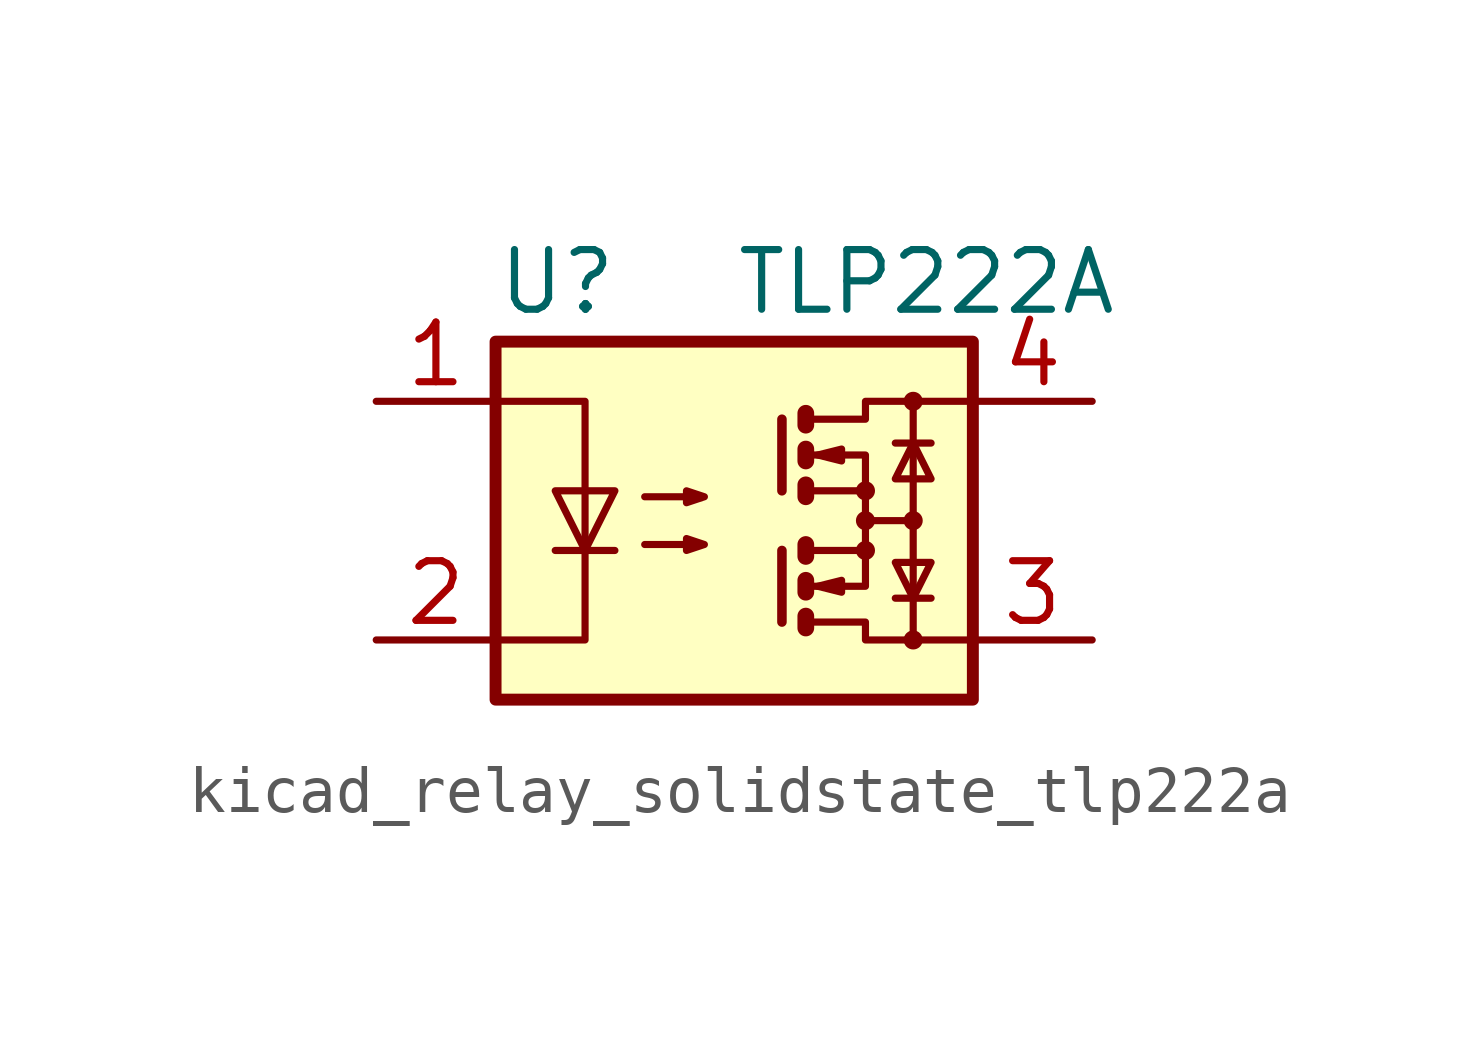
<source format=kicad_sym>
(kicad_symbol_lib
  (version 20220914)
  (generator kicad_symbol_editor)
  (symbol "kicad_relay_solidstate_tlp222a"
    (property "Reference" "U"
      (at -5.08 5.08 0)
      (effects (font (size 1.27 1.27)) (justify left)))
    (property "Value" "TLP222A"
      (at 0 5.08 0)
      (effects (font (size 1.27 1.27)) (justify left)))
    (symbol "kicad_relay_solidstate_tlp222a_0_1"
      (rectangle (start -5.08 3.81) (end 5.08 -3.81) (stroke (width 0.254) (type default)) (fill (type background)))
      (polyline (pts (xy -3.81 -0.635) (xy -2.54 -0.635)) (stroke (width 0) (type default)) (fill (type none)))
      (polyline (pts (xy 1.016 -0.635) (xy 1.016 -2.159)) (stroke (width 0.203) (type default)) (fill (type none)))
      (polyline (pts (xy 1.016 2.159) (xy 1.016 0.635)) (stroke (width 0.203) (type default)) (fill (type none)))
      (polyline (pts (xy 1.524 -0.508) (xy 1.524 -0.762)) (stroke (width 0.356) (type default)) (fill (type none)))
      (polyline (pts (xy 2.794 0) (xy 3.81 0)) (stroke (width 0) (type default)) (fill (type none)))
      (polyline (pts (xy 3.429 -1.651) (xy 4.191 -1.651)) (stroke (width 0) (type default)) (fill (type none)))
      (polyline (pts (xy 3.429 1.651) (xy 4.191 1.651)) (stroke (width 0) (type default)) (fill (type none)))
      (polyline (pts (xy 3.81 -2.54) (xy 3.81 2.54)) (stroke (width 0) (type default)) (fill (type none)))
      (polyline (pts (xy 1.524 -2.032) (xy 1.524 -2.286) (xy 1.524 -2.286)) (stroke (width 0.356) (type default)) (fill (type none)))
      (polyline (pts (xy 1.524 -1.27) (xy 1.524 -1.524) (xy 1.524 -1.524)) (stroke (width 0.356) (type default)) (fill (type none)))
      (polyline (pts (xy 1.524 0.762) (xy 1.524 0.508) (xy 1.524 0.508)) (stroke (width 0.356) (type default)) (fill (type none)))
      (polyline (pts (xy 1.524 1.524) (xy 1.524 1.27) (xy 1.524 1.27)) (stroke (width 0.356) (type default)) (fill (type none)))
      (polyline (pts (xy 1.524 2.286) (xy 1.524 2.032) (xy 1.524 2.032)) (stroke (width 0.356) (type default)) (fill (type none)))
      (polyline (pts (xy 1.651 -1.397) (xy 2.794 -1.397) (xy 2.794 -0.635)) (stroke (width 0) (type default)) (fill (type none)))
      (polyline (pts (xy 1.651 1.397) (xy 2.794 1.397) (xy 2.794 0.635)) (stroke (width 0) (type default)) (fill (type none)))
      (polyline (pts (xy -5.08 2.54) (xy -3.175 2.54) (xy -3.175 -2.54) (xy -5.08 -2.54)) (stroke (width 0) (type default)) (fill (type none)))
      (polyline (pts (xy -3.175 -0.635) (xy -3.81 0.635) (xy -2.54 0.635) (xy -3.175 -0.635)) (stroke (width 0) (type default)) (fill (type none)))
      (polyline (pts (xy 1.651 -2.159) (xy 2.794 -2.159) (xy 2.794 -2.54) (xy 5.08 -2.54)) (stroke (width 0) (type default)) (fill (type none)))
      (polyline (pts (xy 1.651 -0.635) (xy 2.794 -0.635) (xy 2.794 0.635) (xy 1.651 0.635)) (stroke (width 0) (type default)) (fill (type none)))
      (polyline (pts (xy 1.651 2.159) (xy 2.794 2.159) (xy 2.794 2.54) (xy 5.08 2.54)) (stroke (width 0) (type default)) (fill (type none)))
      (polyline (pts (xy 1.778 -1.397) (xy 2.286 -1.27) (xy 2.286 -1.524) (xy 1.778 -1.397)) (stroke (width 0) (type default)) (fill (type none)))
      (polyline (pts (xy 1.778 1.397) (xy 2.286 1.524) (xy 2.286 1.27) (xy 1.778 1.397)) (stroke (width 0) (type default)) (fill (type none)))
      (polyline (pts (xy 3.81 -1.651) (xy 3.429 -0.889) (xy 4.191 -0.889) (xy 3.81 -1.651)) (stroke (width 0) (type default)) (fill (type none)))
      (polyline (pts (xy 3.81 1.651) (xy 3.429 0.889) (xy 4.191 0.889) (xy 3.81 1.651)) (stroke (width 0) (type default)) (fill (type none)))
      (polyline (pts (xy -1.905 -0.508) (xy -0.635 -0.508) (xy -1.016 -0.635) (xy -1.016 -0.381) (xy -0.635 -0.508)) (stroke (width 0) (type default)) (fill (type none)))
      (polyline (pts (xy -1.905 0.508) (xy -0.635 0.508) (xy -1.016 0.381) (xy -1.016 0.635) (xy -0.635 0.508)) (stroke (width 0) (type default)) (fill (type none)))
      (circle (center 2.794 -0.635) (radius 0.127) (stroke (width 0) (type default)) (fill (type none)))
      (circle (center 2.794 0) (radius 0.127) (stroke (width 0) (type default)) (fill (type none)))
      (circle (center 2.794 0.635) (radius 0.127) (stroke (width 0) (type default)) (fill (type none)))
      (circle (center 3.81 -2.54) (radius 0.127) (stroke (width 0) (type default)) (fill (type none)))
      (circle (center 3.81 0) (radius 0.127) (stroke (width 0) (type default)) (fill (type none)))
      (circle (center 3.81 2.54) (radius 0.127) (stroke (width 0) (type default)) (fill (type none))))
    (symbol "kicad_relay_solidstate_tlp222a_1_1"
      (pin passive line (at -7.62 2.54 0) (length 2.54) (name "~" (effects (font (size 1.27 1.27)))) (number "1" (effects (font (size 1.27 1.27)))))
      (pin passive line (at -7.62 -2.54 0) (length 2.54) (name "~" (effects (font (size 1.27 1.27)))) (number "2" (effects (font (size 1.27 1.27)))))
      (pin passive line (at 7.62 -2.54 180) (length 2.54) (name "~" (effects (font (size 1.27 1.27)))) (number "3" (effects (font (size 1.27 1.27)))))
      (pin passive line (at 7.62 2.54 180) (length 2.54) (name "~" (effects (font (size 1.27 1.27)))) (number "4" (effects (font (size 1.27 1.27))))))))
</source>
